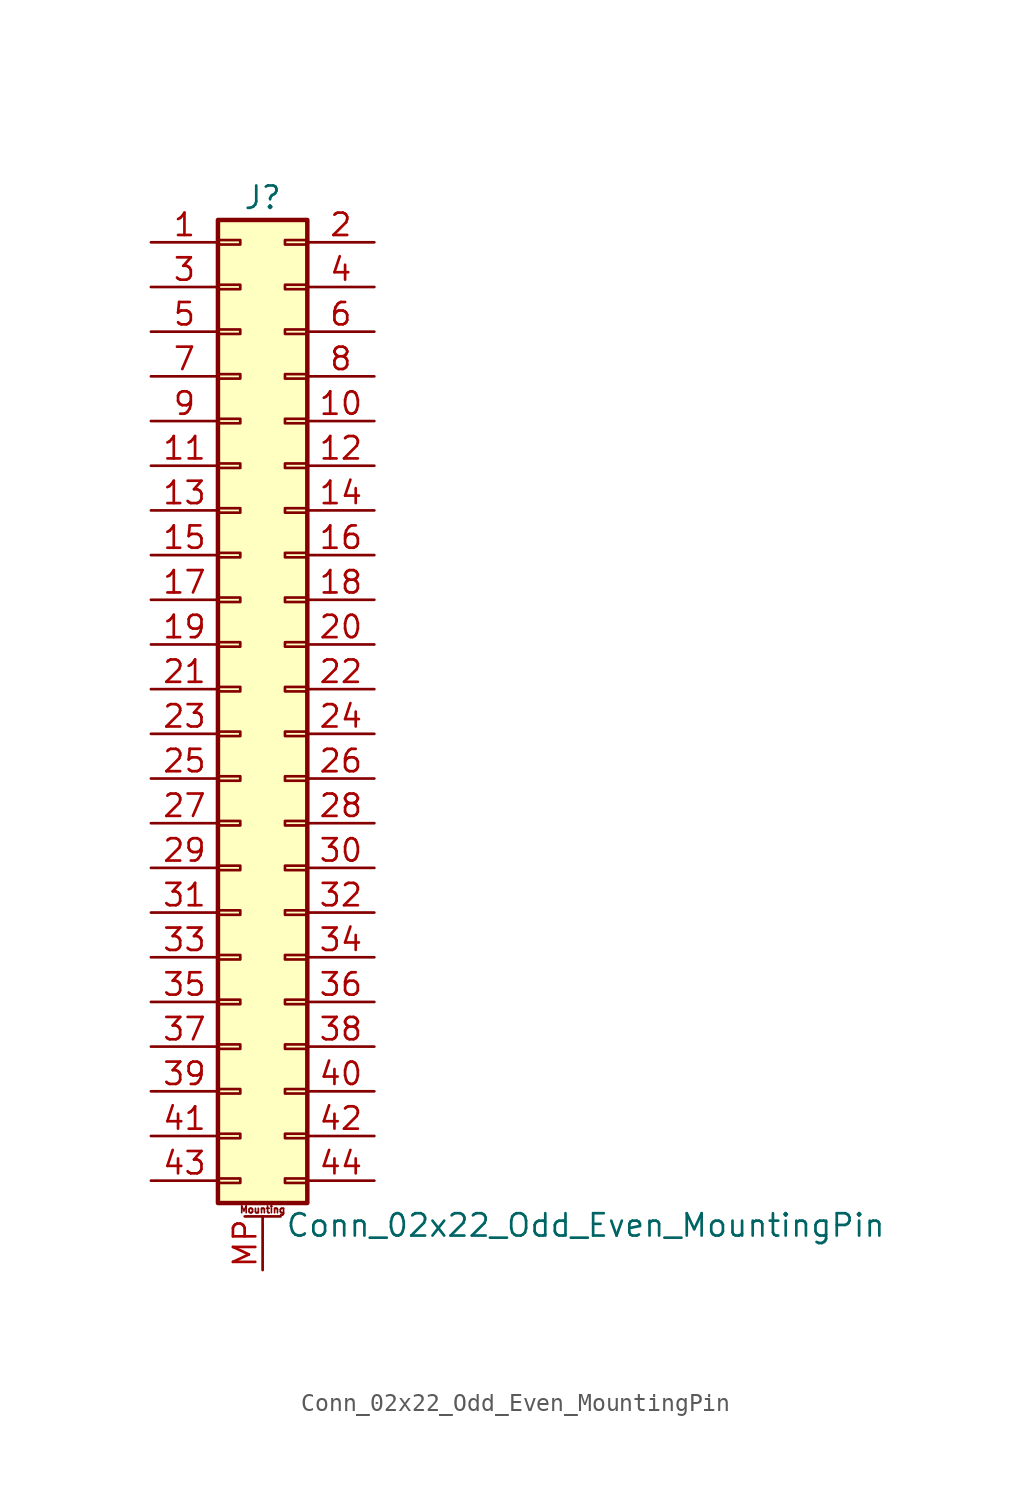
<source format=kicad_sym>
(kicad_symbol_lib
  (version 20220914)
  (generator kicad_symbol_editor)
  (symbol "Conn_02x22_Odd_Even_MountingPin"
    (pin_names
      (offset 1.016) hide)
    (property "Reference" "J"
      (at 1.27 27.94 0)
      (effects (font (size 1.27 1.27))))
    (property "Value" "Conn_02x22_Odd_Even_MountingPin"
      (at 2.54 -30.48 0)
      (effects (font (size 1.27 1.27)) (justify left)))
    (symbol "Conn_02x22_Odd_Even_MountingPin_1_1"
      (rectangle (start -1.27 -27.813) (end 0 -28.067) (stroke (width 0.152) (type default)) (fill (type none)))
      (rectangle (start -1.27 -25.273) (end 0 -25.527) (stroke (width 0.152) (type default)) (fill (type none)))
      (rectangle (start -1.27 -22.733) (end 0 -22.987) (stroke (width 0.152) (type default)) (fill (type none)))
      (rectangle (start -1.27 -20.193) (end 0 -20.447) (stroke (width 0.152) (type default)) (fill (type none)))
      (rectangle (start -1.27 -17.653) (end 0 -17.907) (stroke (width 0.152) (type default)) (fill (type none)))
      (rectangle (start -1.27 -15.113) (end 0 -15.367) (stroke (width 0.152) (type default)) (fill (type none)))
      (rectangle (start -1.27 -12.573) (end 0 -12.827) (stroke (width 0.152) (type default)) (fill (type none)))
      (rectangle (start -1.27 -10.033) (end 0 -10.287) (stroke (width 0.152) (type default)) (fill (type none)))
      (rectangle (start -1.27 -7.493) (end 0 -7.747) (stroke (width 0.152) (type default)) (fill (type none)))
      (rectangle (start -1.27 -4.953) (end 0 -5.207) (stroke (width 0.152) (type default)) (fill (type none)))
      (rectangle (start -1.27 -2.413) (end 0 -2.667) (stroke (width 0.152) (type default)) (fill (type none)))
      (rectangle (start -1.27 0.127) (end 0 -0.127) (stroke (width 0.152) (type default)) (fill (type none)))
      (rectangle (start -1.27 2.667) (end 0 2.413) (stroke (width 0.152) (type default)) (fill (type none)))
      (rectangle (start -1.27 5.207) (end 0 4.953) (stroke (width 0.152) (type default)) (fill (type none)))
      (rectangle (start -1.27 7.747) (end 0 7.493) (stroke (width 0.152) (type default)) (fill (type none)))
      (rectangle (start -1.27 10.287) (end 0 10.033) (stroke (width 0.152) (type default)) (fill (type none)))
      (rectangle (start -1.27 12.827) (end 0 12.573) (stroke (width 0.152) (type default)) (fill (type none)))
      (rectangle (start -1.27 15.367) (end 0 15.113) (stroke (width 0.152) (type default)) (fill (type none)))
      (rectangle (start -1.27 17.907) (end 0 17.653) (stroke (width 0.152) (type default)) (fill (type none)))
      (rectangle (start -1.27 20.447) (end 0 20.193) (stroke (width 0.152) (type default)) (fill (type none)))
      (rectangle (start -1.27 22.987) (end 0 22.733) (stroke (width 0.152) (type default)) (fill (type none)))
      (rectangle (start -1.27 25.527) (end 0 25.273) (stroke (width 0.152) (type default)) (fill (type none)))
      (rectangle (start -1.27 26.67) (end 3.81 -29.21) (stroke (width 0.254) (type default)) (fill (type background)))
      (polyline (pts (xy 0.254 -29.972) (xy 2.286 -29.972)) (stroke (width 0.152) (type default)) (fill (type none)))
      (rectangle (start 3.81 -27.813) (end 2.54 -28.067) (stroke (width 0.152) (type default)) (fill (type none)))
      (rectangle (start 3.81 -25.273) (end 2.54 -25.527) (stroke (width 0.152) (type default)) (fill (type none)))
      (rectangle (start 3.81 -22.733) (end 2.54 -22.987) (stroke (width 0.152) (type default)) (fill (type none)))
      (rectangle (start 3.81 -20.193) (end 2.54 -20.447) (stroke (width 0.152) (type default)) (fill (type none)))
      (rectangle (start 3.81 -17.653) (end 2.54 -17.907) (stroke (width 0.152) (type default)) (fill (type none)))
      (rectangle (start 3.81 -15.113) (end 2.54 -15.367) (stroke (width 0.152) (type default)) (fill (type none)))
      (rectangle (start 3.81 -12.573) (end 2.54 -12.827) (stroke (width 0.152) (type default)) (fill (type none)))
      (rectangle (start 3.81 -10.033) (end 2.54 -10.287) (stroke (width 0.152) (type default)) (fill (type none)))
      (rectangle (start 3.81 -7.493) (end 2.54 -7.747) (stroke (width 0.152) (type default)) (fill (type none)))
      (rectangle (start 3.81 -4.953) (end 2.54 -5.207) (stroke (width 0.152) (type default)) (fill (type none)))
      (rectangle (start 3.81 -2.413) (end 2.54 -2.667) (stroke (width 0.152) (type default)) (fill (type none)))
      (rectangle (start 3.81 0.127) (end 2.54 -0.127) (stroke (width 0.152) (type default)) (fill (type none)))
      (rectangle (start 3.81 2.667) (end 2.54 2.413) (stroke (width 0.152) (type default)) (fill (type none)))
      (rectangle (start 3.81 5.207) (end 2.54 4.953) (stroke (width 0.152) (type default)) (fill (type none)))
      (rectangle (start 3.81 7.747) (end 2.54 7.493) (stroke (width 0.152) (type default)) (fill (type none)))
      (rectangle (start 3.81 10.287) (end 2.54 10.033) (stroke (width 0.152) (type default)) (fill (type none)))
      (rectangle (start 3.81 12.827) (end 2.54 12.573) (stroke (width 0.152) (type default)) (fill (type none)))
      (rectangle (start 3.81 15.367) (end 2.54 15.113) (stroke (width 0.152) (type default)) (fill (type none)))
      (rectangle (start 3.81 17.907) (end 2.54 17.653) (stroke (width 0.152) (type default)) (fill (type none)))
      (rectangle (start 3.81 20.447) (end 2.54 20.193) (stroke (width 0.152) (type default)) (fill (type none)))
      (rectangle (start 3.81 22.987) (end 2.54 22.733) (stroke (width 0.152) (type default)) (fill (type none)))
      (rectangle (start 3.81 25.527) (end 2.54 25.273) (stroke (width 0.152) (type default)) (fill (type none)))
      (text "Mounting" (at 1.27 -29.591 0) (effects (font (size 0.381 0.381))))
      (pin passive line (at -5.08 25.4 0) (length 3.81) (name "Pin_1" (effects (font (size 1.27 1.27)))) (number "1" (effects (font (size 1.27 1.27)))))
      (pin passive line (at 7.62 15.24 180) (length 3.81) (name "Pin_10" (effects (font (size 1.27 1.27)))) (number "10" (effects (font (size 1.27 1.27)))))
      (pin passive line (at -5.08 12.7 0) (length 3.81) (name "Pin_11" (effects (font (size 1.27 1.27)))) (number "11" (effects (font (size 1.27 1.27)))))
      (pin passive line (at 7.62 12.7 180) (length 3.81) (name "Pin_12" (effects (font (size 1.27 1.27)))) (number "12" (effects (font (size 1.27 1.27)))))
      (pin passive line (at -5.08 10.16 0) (length 3.81) (name "Pin_13" (effects (font (size 1.27 1.27)))) (number "13" (effects (font (size 1.27 1.27)))))
      (pin passive line (at 7.62 10.16 180) (length 3.81) (name "Pin_14" (effects (font (size 1.27 1.27)))) (number "14" (effects (font (size 1.27 1.27)))))
      (pin passive line (at -5.08 7.62 0) (length 3.81) (name "Pin_15" (effects (font (size 1.27 1.27)))) (number "15" (effects (font (size 1.27 1.27)))))
      (pin passive line (at 7.62 7.62 180) (length 3.81) (name "Pin_16" (effects (font (size 1.27 1.27)))) (number "16" (effects (font (size 1.27 1.27)))))
      (pin passive line (at -5.08 5.08 0) (length 3.81) (name "Pin_17" (effects (font (size 1.27 1.27)))) (number "17" (effects (font (size 1.27 1.27)))))
      (pin passive line (at 7.62 5.08 180) (length 3.81) (name "Pin_18" (effects (font (size 1.27 1.27)))) (number "18" (effects (font (size 1.27 1.27)))))
      (pin passive line (at -5.08 2.54 0) (length 3.81) (name "Pin_19" (effects (font (size 1.27 1.27)))) (number "19" (effects (font (size 1.27 1.27)))))
      (pin passive line (at 7.62 25.4 180) (length 3.81) (name "Pin_2" (effects (font (size 1.27 1.27)))) (number "2" (effects (font (size 1.27 1.27)))))
      (pin passive line (at 7.62 2.54 180) (length 3.81) (name "Pin_20" (effects (font (size 1.27 1.27)))) (number "20" (effects (font (size 1.27 1.27)))))
      (pin passive line (at -5.08 0 0) (length 3.81) (name "Pin_21" (effects (font (size 1.27 1.27)))) (number "21" (effects (font (size 1.27 1.27)))))
      (pin passive line (at 7.62 0 180) (length 3.81) (name "Pin_22" (effects (font (size 1.27 1.27)))) (number "22" (effects (font (size 1.27 1.27)))))
      (pin passive line (at -5.08 -2.54 0) (length 3.81) (name "Pin_23" (effects (font (size 1.27 1.27)))) (number "23" (effects (font (size 1.27 1.27)))))
      (pin passive line (at 7.62 -2.54 180) (length 3.81) (name "Pin_24" (effects (font (size 1.27 1.27)))) (number "24" (effects (font (size 1.27 1.27)))))
      (pin passive line (at -5.08 -5.08 0) (length 3.81) (name "Pin_25" (effects (font (size 1.27 1.27)))) (number "25" (effects (font (size 1.27 1.27)))))
      (pin passive line (at 7.62 -5.08 180) (length 3.81) (name "Pin_26" (effects (font (size 1.27 1.27)))) (number "26" (effects (font (size 1.27 1.27)))))
      (pin passive line (at -5.08 -7.62 0) (length 3.81) (name "Pin_27" (effects (font (size 1.27 1.27)))) (number "27" (effects (font (size 1.27 1.27)))))
      (pin passive line (at 7.62 -7.62 180) (length 3.81) (name "Pin_28" (effects (font (size 1.27 1.27)))) (number "28" (effects (font (size 1.27 1.27)))))
      (pin passive line (at -5.08 -10.16 0) (length 3.81) (name "Pin_29" (effects (font (size 1.27 1.27)))) (number "29" (effects (font (size 1.27 1.27)))))
      (pin passive line (at -5.08 22.86 0) (length 3.81) (name "Pin_3" (effects (font (size 1.27 1.27)))) (number "3" (effects (font (size 1.27 1.27)))))
      (pin passive line (at 7.62 -10.16 180) (length 3.81) (name "Pin_30" (effects (font (size 1.27 1.27)))) (number "30" (effects (font (size 1.27 1.27)))))
      (pin passive line (at -5.08 -12.7 0) (length 3.81) (name "Pin_31" (effects (font (size 1.27 1.27)))) (number "31" (effects (font (size 1.27 1.27)))))
      (pin passive line (at 7.62 -12.7 180) (length 3.81) (name "Pin_32" (effects (font (size 1.27 1.27)))) (number "32" (effects (font (size 1.27 1.27)))))
      (pin passive line (at -5.08 -15.24 0) (length 3.81) (name "Pin_33" (effects (font (size 1.27 1.27)))) (number "33" (effects (font (size 1.27 1.27)))))
      (pin passive line (at 7.62 -15.24 180) (length 3.81) (name "Pin_34" (effects (font (size 1.27 1.27)))) (number "34" (effects (font (size 1.27 1.27)))))
      (pin passive line (at -5.08 -17.78 0) (length 3.81) (name "Pin_35" (effects (font (size 1.27 1.27)))) (number "35" (effects (font (size 1.27 1.27)))))
      (pin passive line (at 7.62 -17.78 180) (length 3.81) (name "Pin_36" (effects (font (size 1.27 1.27)))) (number "36" (effects (font (size 1.27 1.27)))))
      (pin passive line (at -5.08 -20.32 0) (length 3.81) (name "Pin_37" (effects (font (size 1.27 1.27)))) (number "37" (effects (font (size 1.27 1.27)))))
      (pin passive line (at 7.62 -20.32 180) (length 3.81) (name "Pin_38" (effects (font (size 1.27 1.27)))) (number "38" (effects (font (size 1.27 1.27)))))
      (pin passive line (at -5.08 -22.86 0) (length 3.81) (name "Pin_39" (effects (font (size 1.27 1.27)))) (number "39" (effects (font (size 1.27 1.27)))))
      (pin passive line (at 7.62 22.86 180) (length 3.81) (name "Pin_4" (effects (font (size 1.27 1.27)))) (number "4" (effects (font (size 1.27 1.27)))))
      (pin passive line (at 7.62 -22.86 180) (length 3.81) (name "Pin_40" (effects (font (size 1.27 1.27)))) (number "40" (effects (font (size 1.27 1.27)))))
      (pin passive line (at -5.08 -25.4 0) (length 3.81) (name "Pin_41" (effects (font (size 1.27 1.27)))) (number "41" (effects (font (size 1.27 1.27)))))
      (pin passive line (at 7.62 -25.4 180) (length 3.81) (name "Pin_42" (effects (font (size 1.27 1.27)))) (number "42" (effects (font (size 1.27 1.27)))))
      (pin passive line (at -5.08 -27.94 0) (length 3.81) (name "Pin_43" (effects (font (size 1.27 1.27)))) (number "43" (effects (font (size 1.27 1.27)))))
      (pin passive line (at 7.62 -27.94 180) (length 3.81) (name "Pin_44" (effects (font (size 1.27 1.27)))) (number "44" (effects (font (size 1.27 1.27)))))
      (pin passive line (at -5.08 20.32 0) (length 3.81) (name "Pin_5" (effects (font (size 1.27 1.27)))) (number "5" (effects (font (size 1.27 1.27)))))
      (pin passive line (at 7.62 20.32 180) (length 3.81) (name "Pin_6" (effects (font (size 1.27 1.27)))) (number "6" (effects (font (size 1.27 1.27)))))
      (pin passive line (at -5.08 17.78 0) (length 3.81) (name "Pin_7" (effects (font (size 1.27 1.27)))) (number "7" (effects (font (size 1.27 1.27)))))
      (pin passive line (at 7.62 17.78 180) (length 3.81) (name "Pin_8" (effects (font (size 1.27 1.27)))) (number "8" (effects (font (size 1.27 1.27)))))
      (pin passive line (at -5.08 15.24 0) (length 3.81) (name "Pin_9" (effects (font (size 1.27 1.27)))) (number "9" (effects (font (size 1.27 1.27)))))
      (pin passive line (at 1.27 -33.02 90) (length 3.048) (name "MountPin" (effects (font (size 1.27 1.27)))) (number "MP" (effects (font (size 1.27 1.27))))))))
</source>
